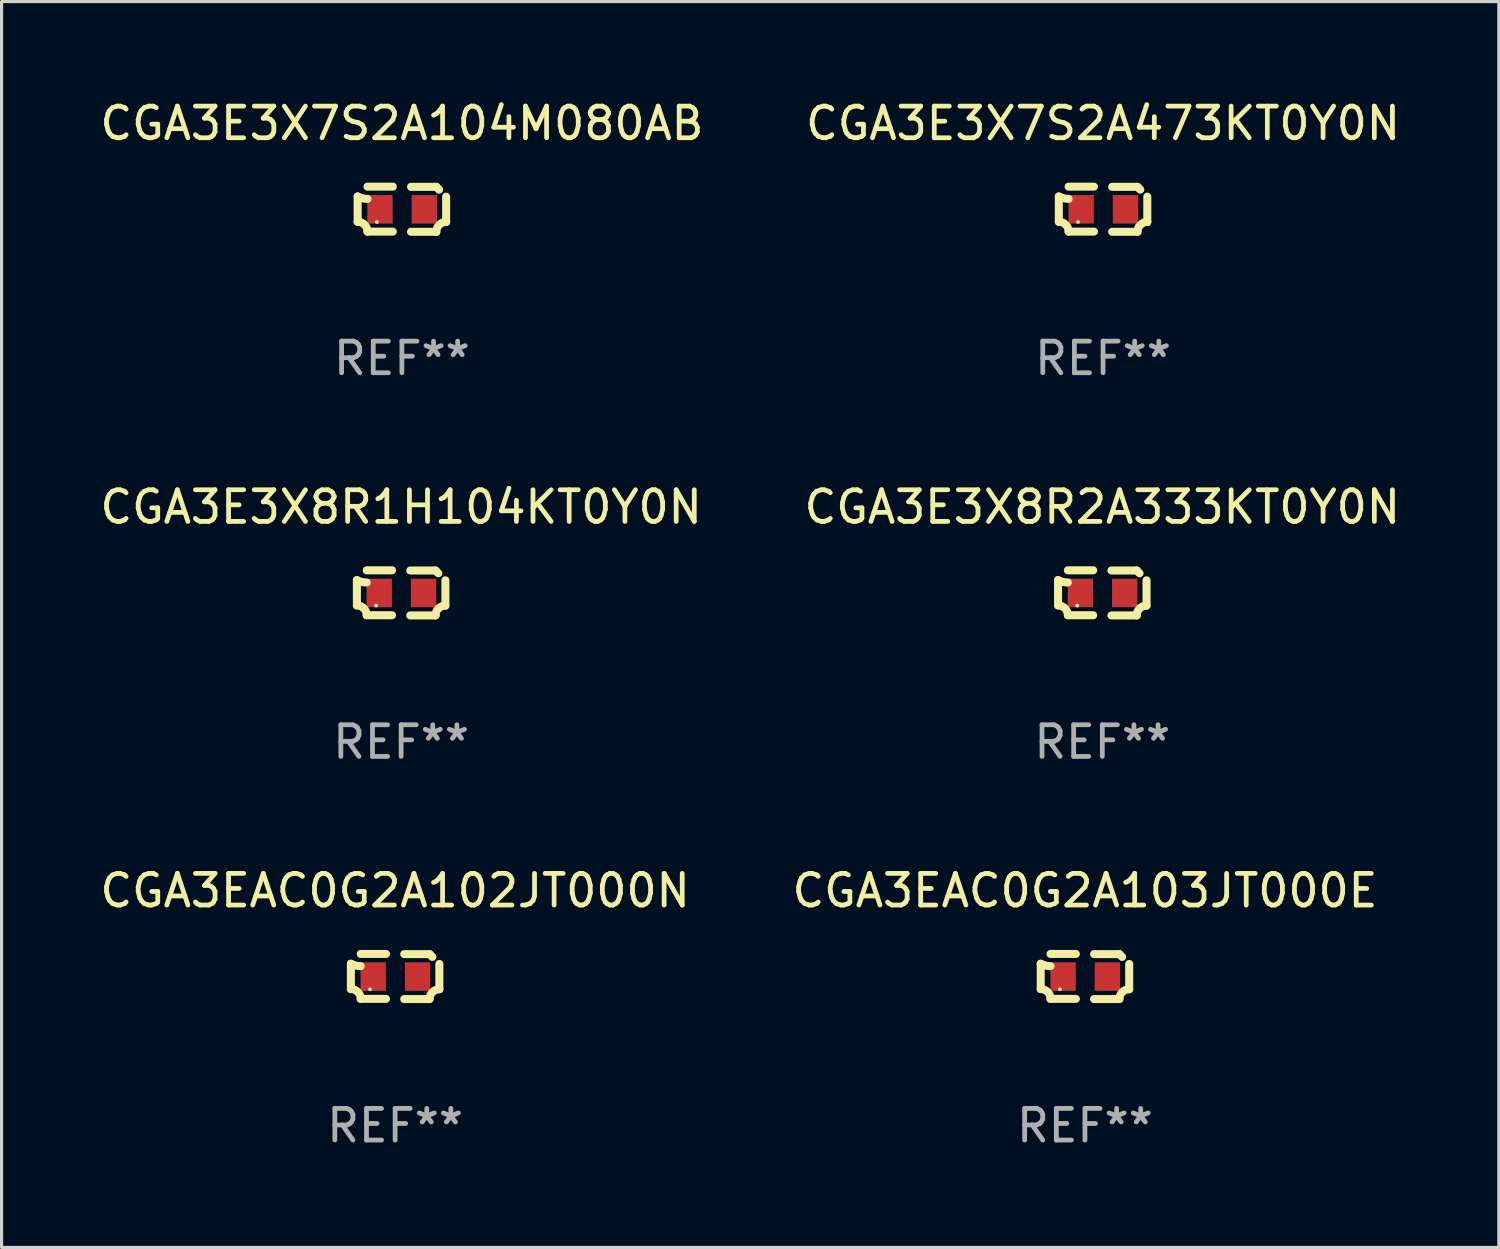
<source format=kicad_pcb>
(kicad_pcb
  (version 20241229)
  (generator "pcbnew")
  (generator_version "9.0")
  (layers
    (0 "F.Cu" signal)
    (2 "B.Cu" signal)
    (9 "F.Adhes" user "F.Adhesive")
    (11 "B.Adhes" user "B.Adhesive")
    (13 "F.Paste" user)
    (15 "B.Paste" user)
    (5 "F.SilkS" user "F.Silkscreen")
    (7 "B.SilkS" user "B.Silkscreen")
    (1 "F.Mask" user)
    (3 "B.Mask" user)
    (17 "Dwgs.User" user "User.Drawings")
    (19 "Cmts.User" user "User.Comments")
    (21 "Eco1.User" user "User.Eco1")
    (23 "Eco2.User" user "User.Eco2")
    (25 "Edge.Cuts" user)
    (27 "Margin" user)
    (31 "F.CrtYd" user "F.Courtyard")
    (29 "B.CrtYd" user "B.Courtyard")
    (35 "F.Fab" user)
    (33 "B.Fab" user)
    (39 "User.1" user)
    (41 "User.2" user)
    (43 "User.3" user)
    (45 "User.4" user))
  (footprint "CGA3E3X7S2A473KT0Y0N"
    (layer "F.Cu")
    (at 31.804 3.561)
    (property "Reference" "CGA3E3X7S2A473KT0Y0N" (at 0 -2.713 0) (layer "F.SilkS") (effects (font (size 1 1) (thickness 0.15))))
    (attr through_hole)
    (fp_line (start -1.398 -0.403) (end -1.398 0.397) (stroke (width 0.254) (type solid)) (layer "F.SilkS"))
    (fp_line (start -0.288 -0.713) (end -1.088 -0.713) (stroke (width 0.254) (type solid)) (layer "F.SilkS"))
    (fp_line (start -0.288 0.707) (end -1.088 0.707) (stroke (width 0.254) (type solid)) (layer "F.SilkS"))
    (fp_line (start 0.288 -0.707) (end 1.088 -0.707) (stroke (width 0.254) (type solid)) (layer "F.SilkS"))
    (fp_line (start 0.288 0.713) (end 1.088 0.713) (stroke (width 0.254) (type solid)) (layer "F.SilkS"))
    (fp_line (start 1.398 -0.397) (end 1.398 0.403) (stroke (width 0.254) (type solid)) (layer "F.SilkS"))
    (fp_arc (start -1.397789 0.397066) (mid -1.178701 0.487826) (end -1.08796 0.706922) (stroke (width 0.254001) (type solid)) (layer "F.SilkS"))
    (fp_arc (start -1.08796 -0.327176) (mid -1.247436 -0.346384) (end -1.39779 -0.402908) (stroke (width 0.254001) (type solid)) (layer "F.SilkS"))
    (fp_arc (start 1.087909 0.712738) (mid 1.178656 0.493655) (end 1.397739 0.402908) (stroke (width 0.254001) (type solid)) (layer "F.SilkS"))
    (fp_arc (start 1.175925 -0.618926) (mid 1.131917 -0.662923) (end 1.08791 -0.706922) (stroke (width 0.254001) (type solid)) (layer "F.SilkS"))
    (fp_circle (center -0.792 0.403) (end -0.762 0.403) (stroke (width 0.06) (type solid)) (fill no) (layer "F.SilkS"))
    (fp_text user "REF**" (at 0 4.713 0) (layer "F.Fab") (effects (font (size 1 1) (thickness 0.15))))
    (pad "1" smd rect (at -0.692 0.003) (size 0.8 0.9) (layers "F.Cu" "F.Mask" "F.Paste"))
    (pad "2" smd rect (at 0.708 0.003) (size 0.8 0.9) (layers "F.Cu" "F.Mask" "F.Paste")))
  (footprint "CGA3E3X7S2A104M080AB"
    (layer "F.Cu")
    (at 9.649 3.561)
    (property "Reference" "CGA3E3X7S2A104M080AB" (at 0 -2.713 0) (layer "F.SilkS") (effects (font (size 1 1) (thickness 0.15))))
    (attr through_hole)
    (fp_line (start -1.398 -0.403) (end -1.398 0.397) (stroke (width 0.254) (type solid)) (layer "F.SilkS"))
    (fp_line (start -0.288 -0.713) (end -1.088 -0.713) (stroke (width 0.254) (type solid)) (layer "F.SilkS"))
    (fp_line (start -0.288 0.707) (end -1.088 0.707) (stroke (width 0.254) (type solid)) (layer "F.SilkS"))
    (fp_line (start 0.288 -0.707) (end 1.088 -0.707) (stroke (width 0.254) (type solid)) (layer "F.SilkS"))
    (fp_line (start 0.288 0.713) (end 1.088 0.713) (stroke (width 0.254) (type solid)) (layer "F.SilkS"))
    (fp_line (start 1.398 -0.397) (end 1.398 0.403) (stroke (width 0.254) (type solid)) (layer "F.SilkS"))
    (fp_arc (start -1.397789 0.397066) (mid -1.178701 0.487826) (end -1.08796 0.706922) (stroke (width 0.254001) (type solid)) (layer "F.SilkS"))
    (fp_arc (start -1.08796 -0.327176) (mid -1.247436 -0.346384) (end -1.39779 -0.402908) (stroke (width 0.254001) (type solid)) (layer "F.SilkS"))
    (fp_arc (start 1.087909 0.712738) (mid 1.178656 0.493655) (end 1.397739 0.402908) (stroke (width 0.254001) (type solid)) (layer "F.SilkS"))
    (fp_arc (start 1.175925 -0.618926) (mid 1.131917 -0.662923) (end 1.08791 -0.706922) (stroke (width 0.254001) (type solid)) (layer "F.SilkS"))
    (fp_circle (center -0.792 0.403) (end -0.762 0.403) (stroke (width 0.06) (type solid)) (fill no) (layer "F.SilkS"))
    (fp_text user "REF**" (at 0 4.713 0) (layer "F.Fab") (effects (font (size 1 1) (thickness 0.15))))
    (pad "1" smd rect (at -0.692 0.003) (size 0.8 0.9) (layers "F.Cu" "F.Mask" "F.Paste"))
    (pad "2" smd rect (at 0.708 0.003) (size 0.8 0.9) (layers "F.Cu" "F.Mask" "F.Paste")))
  (footprint "CGA3E3X8R1H104KT0Y0N"
    (layer "F.Cu")
    (at 9.625 15.683)
    (property "Reference" "CGA3E3X8R1H104KT0Y0N" (at 0 -2.713 0) (layer "F.SilkS") (effects (font (size 1 1) (thickness 0.15))))
    (attr through_hole)
    (fp_line (start -1.398 -0.403) (end -1.398 0.397) (stroke (width 0.254) (type solid)) (layer "F.SilkS"))
    (fp_line (start -0.288 -0.713) (end -1.088 -0.713) (stroke (width 0.254) (type solid)) (layer "F.SilkS"))
    (fp_line (start -0.288 0.707) (end -1.088 0.707) (stroke (width 0.254) (type solid)) (layer "F.SilkS"))
    (fp_line (start 0.288 -0.707) (end 1.088 -0.707) (stroke (width 0.254) (type solid)) (layer "F.SilkS"))
    (fp_line (start 0.288 0.713) (end 1.088 0.713) (stroke (width 0.254) (type solid)) (layer "F.SilkS"))
    (fp_line (start 1.398 -0.397) (end 1.398 0.403) (stroke (width 0.254) (type solid)) (layer "F.SilkS"))
    (fp_arc (start -1.397789 0.397066) (mid -1.178701 0.487826) (end -1.08796 0.706922) (stroke (width 0.254001) (type solid)) (layer "F.SilkS"))
    (fp_arc (start -1.08796 -0.327176) (mid -1.247436 -0.346384) (end -1.39779 -0.402908) (stroke (width 0.254001) (type solid)) (layer "F.SilkS"))
    (fp_arc (start 1.087909 0.712738) (mid 1.178656 0.493655) (end 1.397739 0.402908) (stroke (width 0.254001) (type solid)) (layer "F.SilkS"))
    (fp_arc (start 1.175925 -0.618926) (mid 1.131917 -0.662923) (end 1.08791 -0.706922) (stroke (width 0.254001) (type solid)) (layer "F.SilkS"))
    (fp_circle (center -0.792 0.403) (end -0.762 0.403) (stroke (width 0.06) (type solid)) (fill no) (layer "F.SilkS"))
    (fp_text user "REF**" (at 0 4.713 0) (layer "F.Fab") (effects (font (size 1 1) (thickness 0.15))))
    (pad "1" smd rect (at -0.692 0.003) (size 0.8 0.9) (layers "F.Cu" "F.Mask" "F.Paste"))
    (pad "2" smd rect (at 0.708 0.003) (size 0.8 0.9) (layers "F.Cu" "F.Mask" "F.Paste")))
  (footprint "CGA3EAC0G2A102JT000N"
    (layer "F.Cu")
    (at 9.435 27.805)
    (property "Reference" "CGA3EAC0G2A102JT000N" (at 0 -2.713 0) (layer "F.SilkS") (effects (font (size 1 1) (thickness 0.15))))
    (attr through_hole)
    (fp_line (start -1.398 -0.403) (end -1.398 0.397) (stroke (width 0.254) (type solid)) (layer "F.SilkS"))
    (fp_line (start -0.288 -0.713) (end -1.088 -0.713) (stroke (width 0.254) (type solid)) (layer "F.SilkS"))
    (fp_line (start -0.288 0.707) (end -1.088 0.707) (stroke (width 0.254) (type solid)) (layer "F.SilkS"))
    (fp_line (start 0.288 -0.707) (end 1.088 -0.707) (stroke (width 0.254) (type solid)) (layer "F.SilkS"))
    (fp_line (start 0.288 0.713) (end 1.088 0.713) (stroke (width 0.254) (type solid)) (layer "F.SilkS"))
    (fp_line (start 1.398 -0.397) (end 1.398 0.403) (stroke (width 0.254) (type solid)) (layer "F.SilkS"))
    (fp_arc (start -1.397789 0.397066) (mid -1.178701 0.487826) (end -1.08796 0.706922) (stroke (width 0.254001) (type solid)) (layer "F.SilkS"))
    (fp_arc (start -1.08796 -0.327176) (mid -1.247436 -0.346384) (end -1.39779 -0.402908) (stroke (width 0.254001) (type solid)) (layer "F.SilkS"))
    (fp_arc (start 1.087909 0.712738) (mid 1.178656 0.493655) (end 1.397739 0.402908) (stroke (width 0.254001) (type solid)) (layer "F.SilkS"))
    (fp_arc (start 1.175925 -0.618926) (mid 1.131917 -0.662923) (end 1.08791 -0.706922) (stroke (width 0.254001) (type solid)) (layer "F.SilkS"))
    (fp_circle (center -0.792 0.403) (end -0.762 0.403) (stroke (width 0.06) (type solid)) (fill no) (layer "F.SilkS"))
    (fp_text user "REF**" (at 0 4.713 0) (layer "F.Fab") (effects (font (size 1 1) (thickness 0.15))))
    (pad "1" smd rect (at -0.692 0.003) (size 0.8 0.9) (layers "F.Cu" "F.Mask" "F.Paste"))
    (pad "2" smd rect (at 0.708 0.003) (size 0.8 0.9) (layers "F.Cu" "F.Mask" "F.Paste")))
  (footprint "CGA3EAC0G2A103JT000E"
    (layer "F.Cu")
    (at 31.232 27.805)
    (property "Reference" "CGA3EAC0G2A103JT000E" (at 0 -2.713 0) (layer "F.SilkS") (effects (font (size 1 1) (thickness 0.15))))
    (attr through_hole)
    (fp_line (start -1.398 -0.403) (end -1.398 0.397) (stroke (width 0.254) (type solid)) (layer "F.SilkS"))
    (fp_line (start -0.288 -0.713) (end -1.088 -0.713) (stroke (width 0.254) (type solid)) (layer "F.SilkS"))
    (fp_line (start -0.288 0.707) (end -1.088 0.707) (stroke (width 0.254) (type solid)) (layer "F.SilkS"))
    (fp_line (start 0.288 -0.707) (end 1.088 -0.707) (stroke (width 0.254) (type solid)) (layer "F.SilkS"))
    (fp_line (start 0.288 0.713) (end 1.088 0.713) (stroke (width 0.254) (type solid)) (layer "F.SilkS"))
    (fp_line (start 1.398 -0.397) (end 1.398 0.403) (stroke (width 0.254) (type solid)) (layer "F.SilkS"))
    (fp_arc (start -1.397789 0.397066) (mid -1.178701 0.487826) (end -1.08796 0.706922) (stroke (width 0.254001) (type solid)) (layer "F.SilkS"))
    (fp_arc (start -1.08796 -0.327176) (mid -1.247436 -0.346384) (end -1.39779 -0.402908) (stroke (width 0.254001) (type solid)) (layer "F.SilkS"))
    (fp_arc (start 1.087909 0.712738) (mid 1.178656 0.493655) (end 1.397739 0.402908) (stroke (width 0.254001) (type solid)) (layer "F.SilkS"))
    (fp_arc (start 1.175925 -0.618926) (mid 1.131917 -0.662923) (end 1.08791 -0.706922) (stroke (width 0.254001) (type solid)) (layer "F.SilkS"))
    (fp_circle (center -0.792 0.403) (end -0.762 0.403) (stroke (width 0.06) (type solid)) (fill no) (layer "F.SilkS"))
    (fp_text user "REF**" (at 0 4.713 0) (layer "F.Fab") (effects (font (size 1 1) (thickness 0.15))))
    (pad "1" smd rect (at -0.692 0.003) (size 0.8 0.9) (layers "F.Cu" "F.Mask" "F.Paste"))
    (pad "2" smd rect (at 0.708 0.003) (size 0.8 0.9) (layers "F.Cu" "F.Mask" "F.Paste")))
  (footprint "CGA3E3X8R2A333KT0Y0N"
    (layer "F.Cu")
    (at 31.78 15.683)
    (property "Reference" "CGA3E3X8R2A333KT0Y0N" (at 0 -2.713 0) (layer "F.SilkS") (effects (font (size 1 1) (thickness 0.15))))
    (attr through_hole)
    (fp_line (start -1.398 -0.403) (end -1.398 0.397) (stroke (width 0.254) (type solid)) (layer "F.SilkS"))
    (fp_line (start -0.288 -0.713) (end -1.088 -0.713) (stroke (width 0.254) (type solid)) (layer "F.SilkS"))
    (fp_line (start -0.288 0.707) (end -1.088 0.707) (stroke (width 0.254) (type solid)) (layer "F.SilkS"))
    (fp_line (start 0.288 -0.707) (end 1.088 -0.707) (stroke (width 0.254) (type solid)) (layer "F.SilkS"))
    (fp_line (start 0.288 0.713) (end 1.088 0.713) (stroke (width 0.254) (type solid)) (layer "F.SilkS"))
    (fp_line (start 1.398 -0.397) (end 1.398 0.403) (stroke (width 0.254) (type solid)) (layer "F.SilkS"))
    (fp_arc (start -1.397789 0.397066) (mid -1.178701 0.487826) (end -1.08796 0.706922) (stroke (width 0.254001) (type solid)) (layer "F.SilkS"))
    (fp_arc (start -1.08796 -0.327176) (mid -1.247436 -0.346384) (end -1.39779 -0.402908) (stroke (width 0.254001) (type solid)) (layer "F.SilkS"))
    (fp_arc (start 1.087909 0.712738) (mid 1.178656 0.493655) (end 1.397739 0.402908) (stroke (width 0.254001) (type solid)) (layer "F.SilkS"))
    (fp_arc (start 1.175925 -0.618926) (mid 1.131917 -0.662923) (end 1.08791 -0.706922) (stroke (width 0.254001) (type solid)) (layer "F.SilkS"))
    (fp_circle (center -0.792 0.403) (end -0.762 0.403) (stroke (width 0.06) (type solid)) (fill no) (layer "F.SilkS"))
    (fp_text user "REF**" (at 0 4.713 0) (layer "F.Fab") (effects (font (size 1 1) (thickness 0.15))))
    (pad "1" smd rect (at -0.692 0.003) (size 0.8 0.9) (layers "F.Cu" "F.Mask" "F.Paste"))
    (pad "2" smd rect (at 0.708 0.003) (size 0.8 0.9) (layers "F.Cu" "F.Mask" "F.Paste")))
  (gr_rect
    (start -3 -3)
    (end 44.31 36.366)
    (stroke (width 0.1) (type default))
    (fill no)
    (layer "Edge.Cuts")))
</source>
